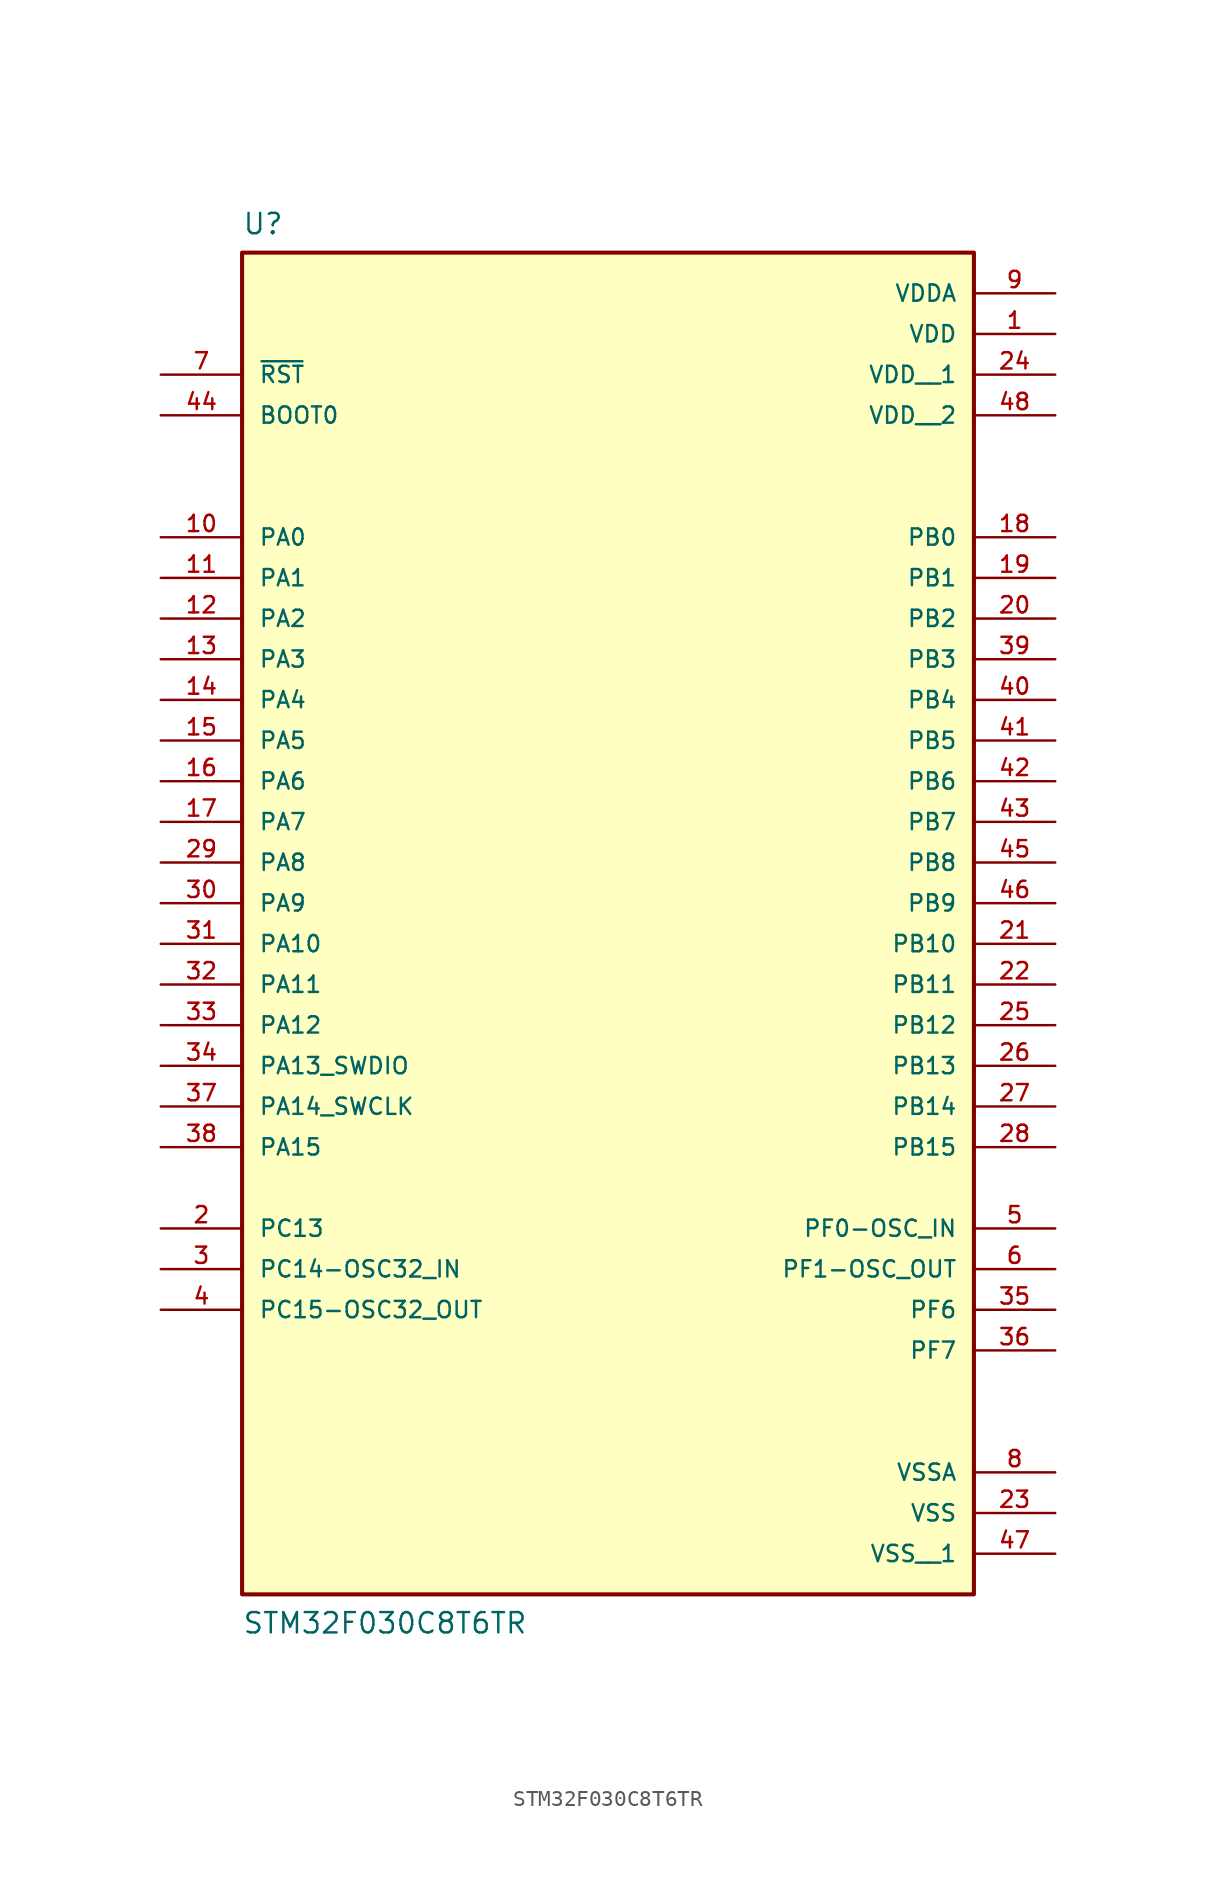
<source format=kicad_sym>
(kicad_symbol_lib
  (version 20211014)
  (generator kicad_symbol_editor)
  (symbol "STM32F030C8T6TR"
    (pin_names
      (offset 1.016))
    (property "Reference" "U"
      (at -22.86 40.64 0)
      (effects (font (size 1.27 1.27)) (justify top left)))
    (property "Value" "STM32F030C8T6TR"
      (at -22.86 -48.26 0)
      (effects (font (size 1.27 1.27)) (justify bottom left)))
    (symbol "STM32F030C8T6TR_0_0"
      (rectangle (start -22.86 -45.72) (end 22.86 38.1) (stroke (width 0.254)) (fill (type background)))
      (pin power_in line (at 27.94 33.02 180.0) (length 5.08) (name "VDD" (effects (font (size 1.016 1.016)))) (number "1" (effects (font (size 1.016 1.016)))))
      (pin bidirectional line (at -27.94 -22.86 0) (length 5.08) (name "PC13" (effects (font (size 1.016 1.016)))) (number "2" (effects (font (size 1.016 1.016)))))
      (pin bidirectional line (at -27.94 -25.4 0) (length 5.08) (name "PC14-OSC32_IN" (effects (font (size 1.016 1.016)))) (number "3" (effects (font (size 1.016 1.016)))))
      (pin bidirectional line (at -27.94 -27.94 0) (length 5.08) (name "PC15-OSC32_OUT" (effects (font (size 1.016 1.016)))) (number "4" (effects (font (size 1.016 1.016)))))
      (pin bidirectional line (at 27.94 -22.86 180.0) (length 5.08) (name "PF0-OSC_IN" (effects (font (size 1.016 1.016)))) (number "5" (effects (font (size 1.016 1.016)))))
      (pin bidirectional line (at 27.94 -25.4 180.0) (length 5.08) (name "PF1-OSC_OUT" (effects (font (size 1.016 1.016)))) (number "6" (effects (font (size 1.016 1.016)))))
      (pin bidirectional line (at -27.94 30.48 0) (length 5.08) (name "~{RST}" (effects (font (size 1.016 1.016)))) (number "7" (effects (font (size 1.016 1.016)))))
      (pin power_in line (at 27.94 -38.1 180.0) (length 5.08) (name "VSSA" (effects (font (size 1.016 1.016)))) (number "8" (effects (font (size 1.016 1.016)))))
      (pin power_in line (at 27.94 35.56 180.0) (length 5.08) (name "VDDA" (effects (font (size 1.016 1.016)))) (number "9" (effects (font (size 1.016 1.016)))))
      (pin bidirectional line (at -27.94 20.32 0) (length 5.08) (name "PA0" (effects (font (size 1.016 1.016)))) (number "10" (effects (font (size 1.016 1.016)))))
      (pin bidirectional line (at -27.94 17.78 0) (length 5.08) (name "PA1" (effects (font (size 1.016 1.016)))) (number "11" (effects (font (size 1.016 1.016)))))
      (pin bidirectional line (at -27.94 15.24 0) (length 5.08) (name "PA2" (effects (font (size 1.016 1.016)))) (number "12" (effects (font (size 1.016 1.016)))))
      (pin bidirectional line (at -27.94 12.7 0) (length 5.08) (name "PA3" (effects (font (size 1.016 1.016)))) (number "13" (effects (font (size 1.016 1.016)))))
      (pin bidirectional line (at -27.94 10.16 0) (length 5.08) (name "PA4" (effects (font (size 1.016 1.016)))) (number "14" (effects (font (size 1.016 1.016)))))
      (pin bidirectional line (at -27.94 7.62 0) (length 5.08) (name "PA5" (effects (font (size 1.016 1.016)))) (number "15" (effects (font (size 1.016 1.016)))))
      (pin bidirectional line (at -27.94 5.08 0) (length 5.08) (name "PA6" (effects (font (size 1.016 1.016)))) (number "16" (effects (font (size 1.016 1.016)))))
      (pin bidirectional line (at -27.94 2.54 0) (length 5.08) (name "PA7" (effects (font (size 1.016 1.016)))) (number "17" (effects (font (size 1.016 1.016)))))
      (pin bidirectional line (at 27.94 20.32 180.0) (length 5.08) (name "PB0" (effects (font (size 1.016 1.016)))) (number "18" (effects (font (size 1.016 1.016)))))
      (pin bidirectional line (at 27.94 17.78 180.0) (length 5.08) (name "PB1" (effects (font (size 1.016 1.016)))) (number "19" (effects (font (size 1.016 1.016)))))
      (pin bidirectional line (at 27.94 15.24 180.0) (length 5.08) (name "PB2" (effects (font (size 1.016 1.016)))) (number "20" (effects (font (size 1.016 1.016)))))
      (pin bidirectional line (at 27.94 -5.08 180.0) (length 5.08) (name "PB10" (effects (font (size 1.016 1.016)))) (number "21" (effects (font (size 1.016 1.016)))))
      (pin bidirectional line (at 27.94 -7.62 180.0) (length 5.08) (name "PB11" (effects (font (size 1.016 1.016)))) (number "22" (effects (font (size 1.016 1.016)))))
      (pin power_in line (at 27.94 -40.64 180.0) (length 5.08) (name "VSS" (effects (font (size 1.016 1.016)))) (number "23" (effects (font (size 1.016 1.016)))))
      (pin bidirectional line (at 27.94 -10.16 180.0) (length 5.08) (name "PB12" (effects (font (size 1.016 1.016)))) (number "25" (effects (font (size 1.016 1.016)))))
      (pin bidirectional line (at 27.94 -12.7 180.0) (length 5.08) (name "PB13" (effects (font (size 1.016 1.016)))) (number "26" (effects (font (size 1.016 1.016)))))
      (pin bidirectional line (at 27.94 -15.24 180.0) (length 5.08) (name "PB14" (effects (font (size 1.016 1.016)))) (number "27" (effects (font (size 1.016 1.016)))))
      (pin bidirectional line (at 27.94 -17.78 180.0) (length 5.08) (name "PB15" (effects (font (size 1.016 1.016)))) (number "28" (effects (font (size 1.016 1.016)))))
      (pin bidirectional line (at -27.94 0.0 0) (length 5.08) (name "PA8" (effects (font (size 1.016 1.016)))) (number "29" (effects (font (size 1.016 1.016)))))
      (pin bidirectional line (at -27.94 -2.54 0) (length 5.08) (name "PA9" (effects (font (size 1.016 1.016)))) (number "30" (effects (font (size 1.016 1.016)))))
      (pin bidirectional line (at -27.94 -5.08 0) (length 5.08) (name "PA10" (effects (font (size 1.016 1.016)))) (number "31" (effects (font (size 1.016 1.016)))))
      (pin bidirectional line (at -27.94 -7.62 0) (length 5.08) (name "PA11" (effects (font (size 1.016 1.016)))) (number "32" (effects (font (size 1.016 1.016)))))
      (pin bidirectional line (at -27.94 -10.16 0) (length 5.08) (name "PA12" (effects (font (size 1.016 1.016)))) (number "33" (effects (font (size 1.016 1.016)))))
      (pin bidirectional line (at -27.94 -12.7 0) (length 5.08) (name "PA13_SWDIO" (effects (font (size 1.016 1.016)))) (number "34" (effects (font (size 1.016 1.016)))))
      (pin bidirectional line (at 27.94 -27.94 180.0) (length 5.08) (name "PF6" (effects (font (size 1.016 1.016)))) (number "35" (effects (font (size 1.016 1.016)))))
      (pin bidirectional line (at 27.94 -30.48 180.0) (length 5.08) (name "PF7" (effects (font (size 1.016 1.016)))) (number "36" (effects (font (size 1.016 1.016)))))
      (pin bidirectional line (at -27.94 -15.24 0) (length 5.08) (name "PA14_SWCLK" (effects (font (size 1.016 1.016)))) (number "37" (effects (font (size 1.016 1.016)))))
      (pin bidirectional line (at -27.94 -17.78 0) (length 5.08) (name "PA15" (effects (font (size 1.016 1.016)))) (number "38" (effects (font (size 1.016 1.016)))))
      (pin bidirectional line (at 27.94 12.7 180.0) (length 5.08) (name "PB3" (effects (font (size 1.016 1.016)))) (number "39" (effects (font (size 1.016 1.016)))))
      (pin bidirectional line (at 27.94 10.16 180.0) (length 5.08) (name "PB4" (effects (font (size 1.016 1.016)))) (number "40" (effects (font (size 1.016 1.016)))))
      (pin bidirectional line (at 27.94 7.62 180.0) (length 5.08) (name "PB5" (effects (font (size 1.016 1.016)))) (number "41" (effects (font (size 1.016 1.016)))))
      (pin bidirectional line (at 27.94 5.08 180.0) (length 5.08) (name "PB6" (effects (font (size 1.016 1.016)))) (number "42" (effects (font (size 1.016 1.016)))))
      (pin bidirectional line (at 27.94 2.54 180.0) (length 5.08) (name "PB7" (effects (font (size 1.016 1.016)))) (number "43" (effects (font (size 1.016 1.016)))))
      (pin input line (at -27.94 27.94 0) (length 5.08) (name "BOOT0" (effects (font (size 1.016 1.016)))) (number "44" (effects (font (size 1.016 1.016)))))
      (pin bidirectional line (at 27.94 0.0 180.0) (length 5.08) (name "PB8" (effects (font (size 1.016 1.016)))) (number "45" (effects (font (size 1.016 1.016)))))
      (pin bidirectional line (at 27.94 -2.54 180.0) (length 5.08) (name "PB9" (effects (font (size 1.016 1.016)))) (number "46" (effects (font (size 1.016 1.016)))))
      (pin power_in line (at 27.94 30.48 180.0) (length 5.08) (name "VDD__1" (effects (font (size 1.016 1.016)))) (number "24" (effects (font (size 1.016 1.016)))))
      (pin power_in line (at 27.94 27.94 180.0) (length 5.08) (name "VDD__2" (effects (font (size 1.016 1.016)))) (number "48" (effects (font (size 1.016 1.016)))))
      (pin power_in line (at 27.94 -43.18 180.0) (length 5.08) (name "VSS__1" (effects (font (size 1.016 1.016)))) (number "47" (effects (font (size 1.016 1.016))))))))
</source>
